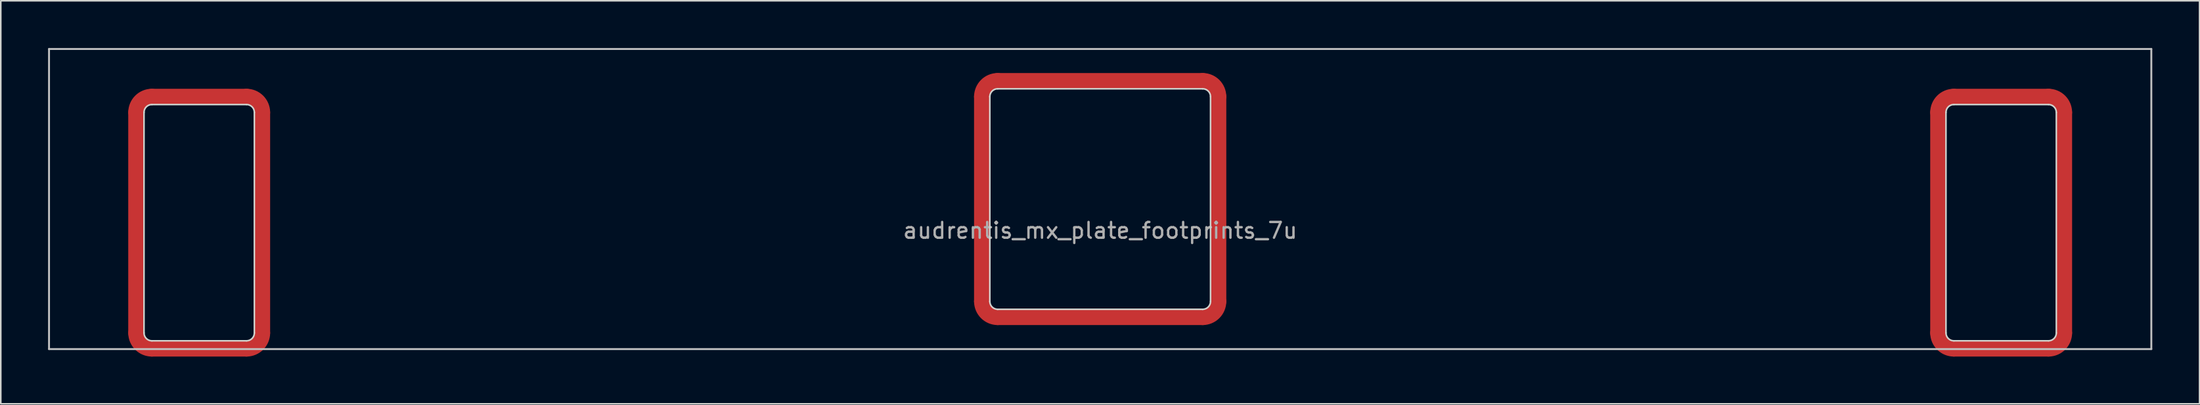
<source format=kicad_pcb>
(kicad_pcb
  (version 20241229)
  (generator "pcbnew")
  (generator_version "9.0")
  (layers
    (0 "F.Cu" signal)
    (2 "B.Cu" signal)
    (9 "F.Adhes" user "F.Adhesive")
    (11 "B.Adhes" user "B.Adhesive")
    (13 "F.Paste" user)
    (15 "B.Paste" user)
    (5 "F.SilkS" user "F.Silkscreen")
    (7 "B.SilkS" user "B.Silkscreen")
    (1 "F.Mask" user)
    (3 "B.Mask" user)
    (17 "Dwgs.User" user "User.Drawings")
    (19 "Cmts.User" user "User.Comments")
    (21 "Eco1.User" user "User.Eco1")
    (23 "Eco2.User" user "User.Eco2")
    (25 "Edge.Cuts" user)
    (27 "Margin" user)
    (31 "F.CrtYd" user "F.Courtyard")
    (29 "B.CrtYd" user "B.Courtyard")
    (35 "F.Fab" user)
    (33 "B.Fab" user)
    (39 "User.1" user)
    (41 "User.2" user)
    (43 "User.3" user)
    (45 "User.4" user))
  (footprint "audrentis_mx_plate_footprints_7u"
    (layer "F.Cu")
    (at 66.735 9.585)
    (property "Reference" "audrentis_mx_plate_footprints_7u" (at 0 2 0) (layer "F.Fab") (effects (font (size 1 1) (thickness 0.15))))
    (attr through_hole)
    (fp_line (start -61.15 -5.5) (end -61.15 8.5) (stroke (width 1) (type solid)) (layer "F.Cu"))
    (fp_line (start -60.15 9.5) (end -54.15 9.5) (stroke (width 1) (type solid)) (layer "F.Cu"))
    (fp_line (start -54.15 -6.5) (end -60.15 -6.5) (stroke (width 1) (type solid)) (layer "F.Cu"))
    (fp_line (start -53.15 8.5) (end -53.15 -5.5) (stroke (width 1) (type solid)) (layer "F.Cu"))
    (fp_line (start -7.5 -6.5) (end -7.5 6.5) (stroke (width 1) (type solid)) (layer "F.Cu"))
    (fp_line (start -6.5 7.5) (end 6.5 7.5) (stroke (width 1) (type solid)) (layer "F.Cu"))
    (fp_line (start 6.5 -7.5) (end -6.5 -7.5) (stroke (width 1) (type solid)) (layer "F.Cu"))
    (fp_line (start 7.5 6.5) (end 7.5 -6.5) (stroke (width 1) (type solid)) (layer "F.Cu"))
    (fp_line (start 53.15 -5.5) (end 53.15 8.5) (stroke (width 1) (type solid)) (layer "F.Cu"))
    (fp_line (start 54.15 9.5) (end 60.15 9.5) (stroke (width 1) (type solid)) (layer "F.Cu"))
    (fp_line (start 60.15 -6.5) (end 54.15 -6.5) (stroke (width 1) (type solid)) (layer "F.Cu"))
    (fp_line (start 61.15 8.5) (end 61.15 -5.5) (stroke (width 1) (type solid)) (layer "F.Cu"))
    (fp_arc (start -61.149999 -5.5) (mid -60.857106 -6.207106) (end -60.15 -6.499999) (stroke (width 1) (type solid)) (layer "F.Cu"))
    (fp_arc (start -60.15 9.499999) (mid -60.857106 9.207106) (end -61.149999 8.5) (stroke (width 1) (type solid)) (layer "F.Cu"))
    (fp_arc (start -54.149999 -6.5) (mid -53.442893 -6.207106) (end -53.15 -5.499999) (stroke (width 1) (type solid)) (layer "F.Cu"))
    (fp_arc (start -53.15 8.5) (mid -53.442893 9.207107) (end -54.15 9.5) (stroke (width 1) (type solid)) (layer "F.Cu"))
    (fp_arc (start -7.499999 -6.499999) (mid -7.207106 -7.207106) (end -6.499999 -7.499999) (stroke (width 1) (type solid)) (layer "F.Cu"))
    (fp_arc (start -6.499999 7.5) (mid -7.207106 7.207107) (end -7.499999 6.5) (stroke (width 1) (type solid)) (layer "F.Cu"))
    (fp_arc (start 6.5 -7.499999) (mid 7.207107 -7.207106) (end 7.5 -6.499999) (stroke (width 1) (type solid)) (layer "F.Cu"))
    (fp_arc (start 7.5 6.5) (mid 7.207107 7.207107) (end 6.5 7.5) (stroke (width 1) (type solid)) (layer "F.Cu"))
    (fp_arc (start 53.150001 -5.5) (mid 53.442894 -6.207106) (end 54.15 -6.499999) (stroke (width 1) (type solid)) (layer "F.Cu"))
    (fp_arc (start 54.15 9.499999) (mid 53.442894 9.207106) (end 53.150001 8.5) (stroke (width 1) (type solid)) (layer "F.Cu"))
    (fp_arc (start 60.150001 -6.5) (mid 60.857107 -6.207106) (end 61.15 -5.499999) (stroke (width 1) (type solid)) (layer "F.Cu"))
    (fp_arc (start 61.15 8.5) (mid 60.857107 9.207107) (end 60.15 9.5) (stroke (width 1) (type solid)) (layer "F.Cu"))
    (fp_line (start -61.15 -5.5) (end -61.15 8.5) (stroke (width 1) (type solid)) (layer "F.Mask"))
    (fp_line (start -60.15 9.5) (end -54.15 9.5) (stroke (width 1) (type solid)) (layer "F.Mask"))
    (fp_line (start -54.15 -6.5) (end -60.15 -6.5) (stroke (width 1) (type solid)) (layer "F.Mask"))
    (fp_line (start -53.15 8.5) (end -53.15 -5.5) (stroke (width 1) (type solid)) (layer "F.Mask"))
    (fp_line (start -7.5 -6.5) (end -7.5 6.5) (stroke (width 1) (type solid)) (layer "F.Mask"))
    (fp_line (start -6.5 7.5) (end 6.5 7.5) (stroke (width 1) (type solid)) (layer "F.Mask"))
    (fp_line (start 6.5 -7.5) (end -6.5 -7.5) (stroke (width 1) (type solid)) (layer "F.Mask"))
    (fp_line (start 7.5 6.5) (end 7.5 -6.5) (stroke (width 1) (type solid)) (layer "F.Mask"))
    (fp_line (start 53.15 -5.5) (end 53.15 8.5) (stroke (width 1) (type solid)) (layer "F.Mask"))
    (fp_line (start 54.15 9.5) (end 60.15 9.5) (stroke (width 1) (type solid)) (layer "F.Mask"))
    (fp_line (start 60.15 -6.5) (end 54.15 -6.5) (stroke (width 1) (type solid)) (layer "F.Mask"))
    (fp_line (start 61.15 8.5) (end 61.15 -5.5) (stroke (width 1) (type solid)) (layer "F.Mask"))
    (fp_arc (start -61.149999 -5.5) (mid -60.857106 -6.207106) (end -60.15 -6.499999) (stroke (width 1) (type solid)) (layer "F.Mask"))
    (fp_arc (start -60.15 9.499999) (mid -60.857106 9.207106) (end -61.149999 8.5) (stroke (width 1) (type solid)) (layer "F.Mask"))
    (fp_arc (start -54.149999 -6.5) (mid -53.442893 -6.207106) (end -53.15 -5.499999) (stroke (width 1) (type solid)) (layer "F.Mask"))
    (fp_arc (start -53.15 8.5) (mid -53.442893 9.207107) (end -54.15 9.5) (stroke (width 1) (type solid)) (layer "F.Mask"))
    (fp_arc (start -7.499999 -6.499999) (mid -7.207106 -7.207106) (end -6.499999 -7.499999) (stroke (width 1) (type solid)) (layer "F.Mask"))
    (fp_arc (start -6.499999 7.5) (mid -7.207106 7.207107) (end -7.499999 6.5) (stroke (width 1) (type solid)) (layer "F.Mask"))
    (fp_arc (start 6.5 -7.499999) (mid 7.207107 -7.207106) (end 7.5 -6.499999) (stroke (width 1) (type solid)) (layer "F.Mask"))
    (fp_arc (start 7.5 6.5) (mid 7.207107 7.207107) (end 6.5 7.5) (stroke (width 1) (type solid)) (layer "F.Mask"))
    (fp_arc (start 53.150001 -5.5) (mid 53.442894 -6.207106) (end 54.15 -6.499999) (stroke (width 1) (type solid)) (layer "F.Mask"))
    (fp_arc (start 54.15 9.499999) (mid 53.442894 9.207106) (end 53.150001 8.5) (stroke (width 1) (type solid)) (layer "F.Mask"))
    (fp_arc (start 60.150001 -6.5) (mid 60.857107 -6.207106) (end 61.15 -5.499999) (stroke (width 1) (type solid)) (layer "F.Mask"))
    (fp_arc (start 61.15 8.5) (mid 60.857107 9.207107) (end 60.15 9.5) (stroke (width 1) (type solid)) (layer "F.Mask"))
    (fp_line (start -66.675 -9.525) (end -66.675 9.525) (stroke (width 0.12) (type solid)) (layer "Dwgs.User"))
    (fp_line (start -66.675 -9.525) (end 66.675 -9.525) (stroke (width 0.12) (type solid)) (layer "Dwgs.User"))
    (fp_line (start -66.675 9.525) (end 66.675 9.525) (stroke (width 0.12) (type solid)) (layer "Dwgs.User"))
    (fp_line (start 66.675 -9.525) (end 66.675 9.525) (stroke (width 0.12) (type solid)) (layer "Dwgs.User"))
    (fp_line (start -60.65 -5.5) (end -60.65 8.5) (stroke (width 0.1) (type solid)) (layer "Edge.Cuts"))
    (fp_line (start -60.15 9) (end -54.15 9) (stroke (width 0.1) (type solid)) (layer "Edge.Cuts"))
    (fp_line (start -54.15 -6) (end -60.15 -6) (stroke (width 0.1) (type solid)) (layer "Edge.Cuts"))
    (fp_line (start -53.65 8.5) (end -53.65 -5.5) (stroke (width 0.1) (type solid)) (layer "Edge.Cuts"))
    (fp_line (start -7 6.5) (end -7 -6.5) (stroke (width 0.1) (type solid)) (layer "Edge.Cuts"))
    (fp_line (start -6.5 -7) (end 6.5 -7) (stroke (width 0.1) (type solid)) (layer "Edge.Cuts"))
    (fp_line (start 6.5 7) (end -6.5 7) (stroke (width 0.1) (type solid)) (layer "Edge.Cuts"))
    (fp_line (start 7 -6.5) (end 7 6.5) (stroke (width 0.1) (type solid)) (layer "Edge.Cuts"))
    (fp_line (start 53.65 8.5) (end 53.65 -5.5) (stroke (width 0.1) (type solid)) (layer "Edge.Cuts"))
    (fp_line (start 54.15 -6) (end 60.15 -6) (stroke (width 0.1) (type solid)) (layer "Edge.Cuts"))
    (fp_line (start 60.15 9) (end 54.15 9) (stroke (width 0.1) (type solid)) (layer "Edge.Cuts"))
    (fp_line (start 60.65 -5.5) (end 60.65 8.5) (stroke (width 0.1) (type solid)) (layer "Edge.Cuts"))
    (fp_arc (start -60.65 -5.499999) (mid -60.503553 -5.853552) (end -60.15 -5.999999) (stroke (width 0.1) (type solid)) (layer "Edge.Cuts"))
    (fp_arc (start -60.15 9) (mid -60.503553 8.853553) (end -60.65 8.5) (stroke (width 0.1) (type solid)) (layer "Edge.Cuts"))
    (fp_arc (start -54.15 -5.999999) (mid -53.796447 -5.853552) (end -53.65 -5.499999) (stroke (width 0.1) (type solid)) (layer "Edge.Cuts"))
    (fp_arc (start -53.65 8.5) (mid -53.796447 8.853553) (end -54.15 9) (stroke (width 0.1) (type solid)) (layer "Edge.Cuts"))
    (fp_arc (start -6.999999 -6.499999) (mid -6.853552 -6.853552) (end -6.499999 -6.999999) (stroke (width 0.1) (type solid)) (layer "Edge.Cuts"))
    (fp_arc (start -6.499999 7) (mid -6.853552 6.853553) (end -6.999999 6.5) (stroke (width 0.1) (type solid)) (layer "Edge.Cuts"))
    (fp_arc (start 6.5 -6.999999) (mid 6.853553 -6.853552) (end 7 -6.499999) (stroke (width 0.1) (type solid)) (layer "Edge.Cuts"))
    (fp_arc (start 7 6.5) (mid 6.853553 6.853553) (end 6.5 7) (stroke (width 0.1) (type solid)) (layer "Edge.Cuts"))
    (fp_arc (start 53.65 -5.499999) (mid 53.796447 -5.853552) (end 54.15 -5.999999) (stroke (width 0.1) (type solid)) (layer "Edge.Cuts"))
    (fp_arc (start 54.15 9) (mid 53.796447 8.853553) (end 53.65 8.5) (stroke (width 0.1) (type solid)) (layer "Edge.Cuts"))
    (fp_arc (start 60.15 -5.999999) (mid 60.503553 -5.853552) (end 60.65 -5.499999) (stroke (width 0.1) (type solid)) (layer "Edge.Cuts"))
    (fp_arc (start 60.65 8.5) (mid 60.503553 8.853553) (end 60.15 9) (stroke (width 0.1) (type solid)) (layer "Edge.Cuts")))
  (gr_rect
    (start -3 -3)
    (end 136.47 22.585)
    (stroke (width 0.1) (type default))
    (fill no)
    (layer "Edge.Cuts")))
</source>
